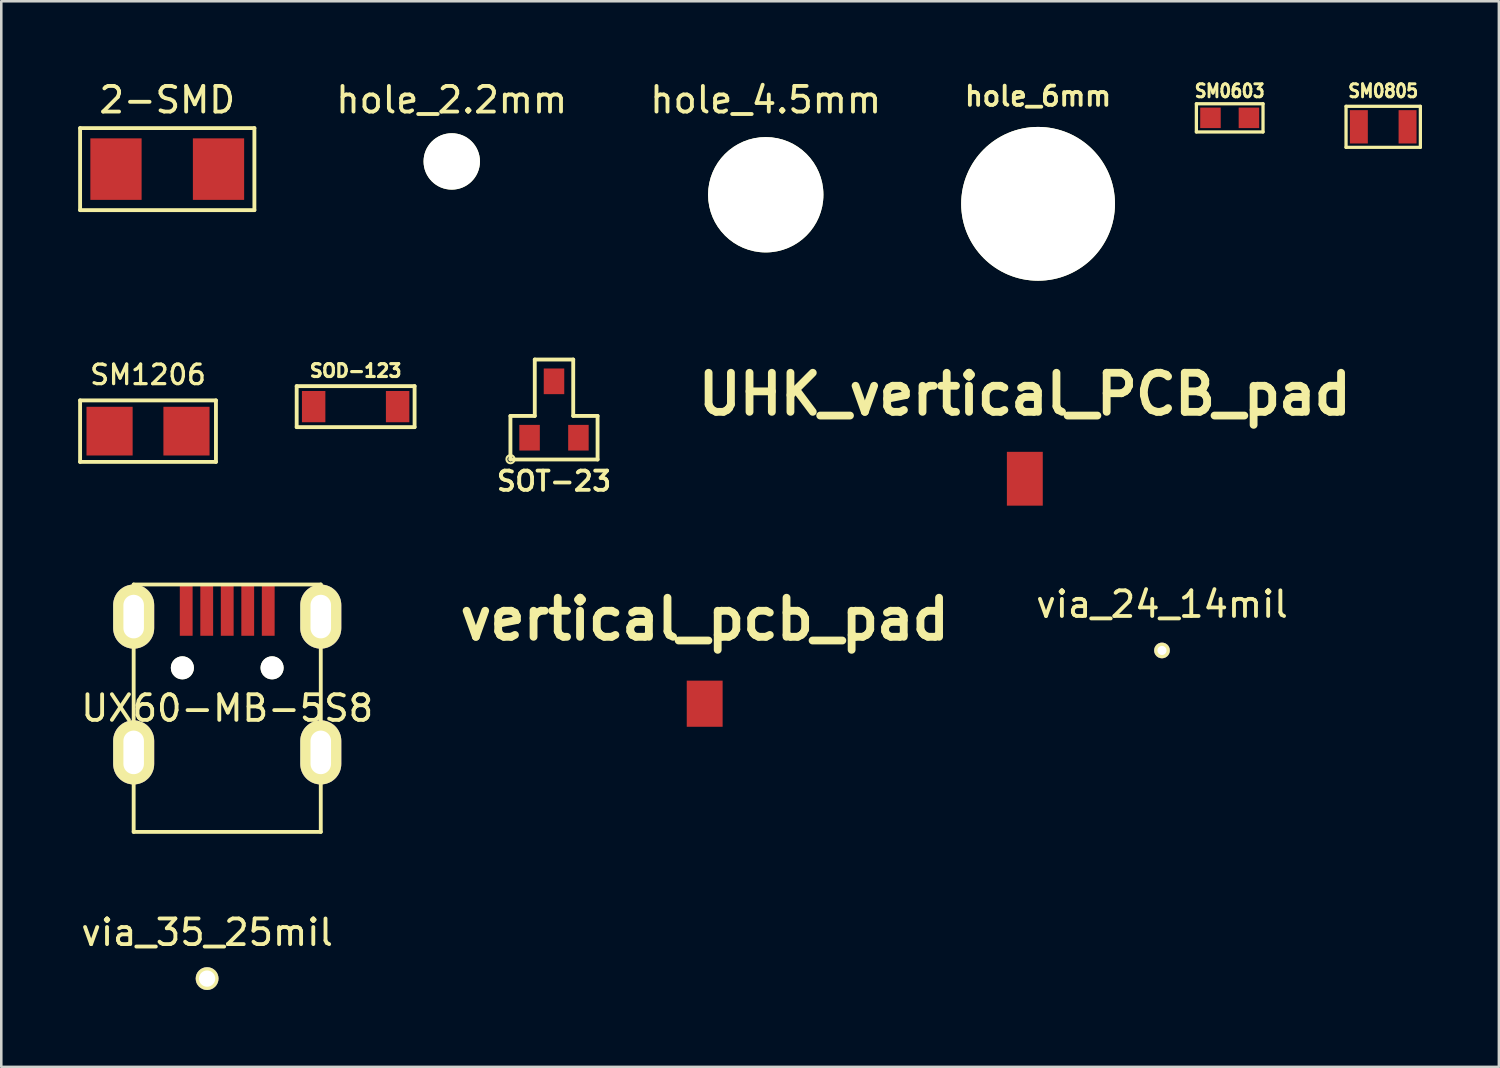
<source format=kicad_pcb>
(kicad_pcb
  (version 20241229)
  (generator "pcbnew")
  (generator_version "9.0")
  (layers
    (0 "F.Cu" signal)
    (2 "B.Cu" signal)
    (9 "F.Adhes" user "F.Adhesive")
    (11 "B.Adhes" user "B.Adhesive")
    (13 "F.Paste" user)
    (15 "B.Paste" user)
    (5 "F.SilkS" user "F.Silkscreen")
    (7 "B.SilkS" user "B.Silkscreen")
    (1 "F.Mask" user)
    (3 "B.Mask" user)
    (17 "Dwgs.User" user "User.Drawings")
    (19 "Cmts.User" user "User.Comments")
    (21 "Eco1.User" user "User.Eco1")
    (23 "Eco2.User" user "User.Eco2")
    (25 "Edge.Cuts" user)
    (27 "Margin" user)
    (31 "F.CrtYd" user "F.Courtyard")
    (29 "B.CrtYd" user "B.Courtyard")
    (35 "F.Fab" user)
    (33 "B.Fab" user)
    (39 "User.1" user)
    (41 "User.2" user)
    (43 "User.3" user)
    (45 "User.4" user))
  (footprint "2-SMD"
    (layer "F.Cu")
    (at 3.475 3.548)
    (property "Reference" "2-SMD" (at 0 -2.7 0) (layer "F.SilkS") (effects (font (size 1 1) (thickness 0.15))))
    (attr through_hole)
    (fp_line (start -3.4 -1.6) (end -3.4 1.6) (stroke (width 0.15) (type solid)) (layer "F.SilkS"))
    (fp_line (start -3.4 -1.6) (end 3.4 -1.6) (stroke (width 0.15) (type solid)) (layer "F.SilkS"))
    (fp_line (start -3.4 1.6) (end 3.4 1.6) (stroke (width 0.15) (type solid)) (layer "F.SilkS"))
    (fp_line (start 3.4 -1.6) (end 3.4 1.6) (stroke (width 0.15) (type solid)) (layer "F.SilkS"))
    (pad "1" smd rect (at -2 0) (size 2 2.4) (layers "F.Cu" "F.Mask" "F.Paste"))
    (pad "2" smd rect (at 2 0) (size 2 2.4) (layers "F.Cu" "F.Mask" "F.Paste")))
  (footprint "hole_6mm"
    (layer "F.Cu")
    (at 37.45 4.902)
    (property "Reference" "hole_6mm" (at 0 -4.2 0) (layer "F.SilkS") (effects (font (size 0.75 0.75) (thickness 0.15))))
    (attr through_hole)
    (pad "" np_thru_hole circle (at 0 0) (size 6 6) (drill 6) (layers "*.Cu" "*.Mask" "F.SilkS")))
  (footprint "hole_2.2mm"
    (layer "F.Cu")
    (at 14.575 3.248)
    (property "Reference" "hole_2.2mm" (at 0 -2.4 0) (layer "F.SilkS") (effects (font (size 1 1) (thickness 0.15))))
    (attr through_hole)
    (pad "" np_thru_hole circle (at 0 0) (size 2.2 2.2) (drill 2.2) (layers "*.Cu" "*.Mask" "F.SilkS")))
  (footprint "vertical_pcb_pad"
    (layer "F.Cu")
    (at 24.443 24.405)
    (property "Reference" "vertical_pcb_pad" (at 0 -3.3 0) (layer "F.SilkS") (effects (font (size 1.524 1.524) (thickness 0.305))))
    (attr through_hole)
    (pad "1" smd rect (at 0 0) (size 1.4 1.8) (layers "F.Cu" "F.Mask" "F.Paste")))
  (footprint "UHK_vertical_PCB_pad"
    (layer "F.Cu")
    (at 36.933 15.628)
    (property "Reference" "UHK_vertical_PCB_pad" (at 0 -3.3 0) (layer "F.SilkS") (effects (font (size 1.524 1.524) (thickness 0.305))))
    (attr through_hole)
    (pad "" smd rect (at 0 0) (size 1.4 2.1) (layers "F.Cu" "F.Mask" "F.Paste")))
  (footprint "via_35_25mil"
    (layer "F.Cu")
    (at 5.03 35.129)
    (property "Reference" "via_35_25mil" (at 0 -1.8 0) (layer "F.SilkS") (effects (font (size 1 1) (thickness 0.15))))
    (attr through_hole)
    (pad "1" thru_hole circle (at 0 0) (size 0.889 0.889) (drill 0.635) (layers "*.Cu" "*.Mask" "F.SilkS")))
  (footprint "hole_4.5mm"
    (layer "F.Cu")
    (at 26.825 4.548)
    (property "Reference" "hole_4.5mm" (at 0 -3.7 0) (layer "F.SilkS") (effects (font (size 1 1) (thickness 0.15))))
    (attr through_hole)
    (pad "" np_thru_hole circle (at 0 0) (size 4.5 4.5) (drill 4.5) (layers "*.Cu" "*.Mask" "F.SilkS")))
  (footprint "via_24_14mil"
    (layer "F.Cu")
    (at 42.284 22.327)
    (property "Reference" "via_24_14mil" (at 0 -1.8 0) (layer "F.SilkS") (effects (font (size 1 1) (thickness 0.15))))
    (attr through_hole)
    (pad "" thru_hole circle (at 0 0) (size 0.61 0.61) (drill 0.356) (layers "*.Cu" "*.Mask" "F.SilkS")))
  (footprint "SM1206"
    (layer "F.Cu")
    (at 2.725 13.771)
    (property "Reference" "SM1206" (at 0 -2.2 0) (layer "F.SilkS") (effects (font (size 0.762 0.762) (thickness 0.127))))
    (attr smd)
    (fp_line (start -2.65 -1.2) (end 2.65 -1.2) (stroke (width 0.15) (type solid)) (layer "F.SilkS"))
    (fp_line (start -2.65 1.2) (end -2.65 -1.2) (stroke (width 0.15) (type solid)) (layer "F.SilkS"))
    (fp_line (start 2.65 -1.2) (end 2.65 1.2) (stroke (width 0.15) (type solid)) (layer "F.SilkS"))
    (fp_line (start 2.65 1.2) (end -2.65 1.2) (stroke (width 0.15) (type solid)) (layer "F.SilkS"))
    (pad "1" smd rect (at -1.5 0) (size 1.8 1.9) (layers "F.Cu" "F.Mask"))
    (pad "2" smd rect (at 1.5 0) (size 1.8 1.9) (layers "F.Cu" "F.Mask")))
  (footprint "SOD-123"
    (layer "F.Cu")
    (at 10.825 12.814)
    (property "Reference" "SOD-123" (at 0 -1.4 0) (layer "F.SilkS") (effects (font (size 0.5 0.5) (thickness 0.125))))
    (attr through_hole)
    (fp_line (start -2.3 -0.8) (end -2.3 0.8) (stroke (width 0.15) (type solid)) (layer "F.SilkS"))
    (fp_line (start -2.3 -0.8) (end 2.3 -0.8) (stroke (width 0.15) (type solid)) (layer "F.SilkS"))
    (fp_line (start -2.3 0.8) (end 2.3 0.8) (stroke (width 0.15) (type solid)) (layer "F.SilkS"))
    (fp_line (start 2.3 -0.8) (end 2.3 0.8) (stroke (width 0.15) (type solid)) (layer "F.SilkS"))
    (pad "1" smd rect (at -1.638 0) (size 0.914 1.219) (layers "F.Cu" "F.Mask" "F.Paste"))
    (pad "2" smd rect (at 1.638 0) (size 0.914 1.219) (layers "F.Cu" "F.Mask" "F.Paste")))
  (footprint "SM0603"
    (layer "F.Cu")
    (at 44.926 1.548)
    (property "Reference" "SM0603" (at 0 -1.05 0) (layer "F.SilkS") (effects (font (size 0.508 0.457) (thickness 0.114))))
    (attr smd)
    (fp_line (start -1.3 -0.55) (end 1.3 -0.55) (stroke (width 0.127) (type solid)) (layer "F.SilkS"))
    (fp_line (start -1.3 0.55) (end -1.3 -0.55) (stroke (width 0.127) (type solid)) (layer "F.SilkS"))
    (fp_line (start 1.3 -0.55) (end 1.3 0.55) (stroke (width 0.127) (type solid)) (layer "F.SilkS"))
    (fp_line (start 1.3 0.55) (end -1.3 0.55) (stroke (width 0.127) (type solid)) (layer "F.SilkS"))
    (pad "1" smd rect (at -0.75 0) (size 0.8 0.8) (layers "F.Cu" "F.Mask" "F.Paste"))
    (pad "2" smd rect (at 0.75 0) (size 0.8 0.8) (layers "F.Cu" "F.Mask" "F.Paste")))
  (footprint "SOT-23"
    (layer "F.Cu")
    (at 18.564 12.927)
    (property "Reference" "SOT-23" (at 0 2.794 0) (layer "F.SilkS") (effects (font (size 0.75 0.75) (thickness 0.15))))
    (attr through_hole)
    (fp_line (start -1.7 0.25) (end -1.7 1.95) (stroke (width 0.15) (type solid)) (layer "F.SilkS"))
    (fp_line (start -0.75 -1.95) (end -0.75 0.25) (stroke (width 0.15) (type solid)) (layer "F.SilkS"))
    (fp_line (start -0.75 -1.95) (end 0.75 -1.95) (stroke (width 0.15) (type solid)) (layer "F.SilkS"))
    (fp_line (start -0.75 0.25) (end -1.7 0.25) (stroke (width 0.15) (type solid)) (layer "F.SilkS"))
    (fp_line (start 0.75 -1.95) (end 0.75 0.25) (stroke (width 0.15) (type solid)) (layer "F.SilkS"))
    (fp_line (start 0.75 0.25) (end 1.7 0.25) (stroke (width 0.15) (type solid)) (layer "F.SilkS"))
    (fp_line (start 1.7 0.25) (end 1.7 1.95) (stroke (width 0.15) (type solid)) (layer "F.SilkS"))
    (fp_line (start 1.7 1.95) (end -1.7 1.95) (stroke (width 0.15) (type solid)) (layer "F.SilkS"))
    (fp_circle (center -1.697 1.938) (end -1.821 2.037) (stroke (width 0.079) (type solid)) (fill no) (layer "F.SilkS"))
    (pad "1" smd rect (at -0.953 1.1) (size 0.8 1.001) (layers "F.Cu" "F.Mask"))
    (pad "2" smd rect (at 0.953 1.1) (size 0.8 1.001) (layers "F.Cu" "F.Mask"))
    (pad "3" smd rect (at 0 -1.1) (size 0.8 1.001) (layers "F.Cu" "F.Mask")))
  (footprint "UX60-MB-5S8"
    (layer "F.Cu")
    (at 5.815 23.005)
    (property "Reference" "UX60-MB-5S8" (at 0 1.575 0) (layer "F.SilkS") (effects (font (size 1 1) (thickness 0.15))))
    (attr through_hole)
    (fp_line (start -3.65 -3.251) (end -3.65 6.401) (stroke (width 0.15) (type solid)) (layer "F.SilkS"))
    (fp_line (start -3.65 6.401) (end 3.65 6.401) (stroke (width 0.15) (type solid)) (layer "F.SilkS"))
    (fp_line (start 3.65 -3.251) (end -3.65 -3.251) (stroke (width 0.15) (type solid)) (layer "F.SilkS"))
    (fp_line (start 3.65 6.401) (end 3.65 -3.251) (stroke (width 0.15) (type solid)) (layer "F.SilkS"))
    (pad "" np_thru_hole circle (at -1.75 0) (size 0.9 0.9) (drill 0.9) (layers "*.Cu" "*.Mask" "F.SilkS"))
    (pad "" smd rect (at 0.8 -2.25) (size 0.5 2) (layers "F.Cu" "F.Mask" "F.Paste"))
    (pad "" np_thru_hole circle (at 1.75 0) (size 0.9 0.9) (drill 0.9) (layers "*.Cu" "*.Mask" "F.SilkS"))
    (pad "1" smd rect (at -1.6 -2.25) (size 0.5 2) (layers "F.Cu" "F.Mask" "F.Paste"))
    (pad "2" smd rect (at -0.8 -2.25) (size 0.5 2) (layers "F.Cu" "F.Mask" "F.Paste"))
    (pad "3" smd rect (at 0 -2.25) (size 0.5 2) (layers "F.Cu" "F.Mask" "F.Paste"))
    (pad "4" smd rect (at 1.6 -2.25) (size 0.5 2) (layers "F.Cu" "F.Mask" "F.Paste"))
    (pad "5" thru_hole oval (at -3.65 -1.999) (size 1.6 2.5) (drill oval 0.8 1.7) (layers "*.Cu" "*.Mask" "F.SilkS"))
    (pad "5" thru_hole oval (at -3.65 3.299) (size 1.6 2.5) (drill oval 0.8 1.7) (layers "*.Cu" "*.Mask" "F.SilkS"))
    (pad "5" thru_hole oval (at 3.65 -1.999) (size 1.6 2.5) (drill oval 0.8 1.7) (layers "*.Cu" "*.Mask" "F.SilkS"))
    (pad "5" thru_hole oval (at 3.65 3.299) (size 1.6 2.5) (drill oval 0.8 1.7) (layers "*.Cu" "*.Mask" "F.SilkS")))
  (footprint "SM0805"
    (layer "F.Cu")
    (at 50.915 1.898)
    (property "Reference" "SM0805" (at 0 -1.4 0) (layer "F.SilkS") (effects (font (size 0.508 0.457) (thickness 0.114))))
    (attr smd)
    (fp_line (start -1.45 -0.8) (end 1.45 -0.8) (stroke (width 0.127) (type solid)) (layer "F.SilkS"))
    (fp_line (start -1.45 0.8) (end -1.45 -0.8) (stroke (width 0.127) (type solid)) (layer "F.SilkS"))
    (fp_line (start 1.45 -0.8) (end 1.45 0.8) (stroke (width 0.127) (type solid)) (layer "F.SilkS"))
    (fp_line (start 1.45 0.8) (end -1.45 0.8) (stroke (width 0.127) (type solid)) (layer "F.SilkS"))
    (pad "1" smd rect (at -0.95 0) (size 0.7 1.3) (layers "F.Cu" "F.Mask" "F.Paste"))
    (pad "2" smd rect (at 0.95 0) (size 0.7 1.3) (layers "F.Cu" "F.Mask" "F.Paste")))
  (gr_rect
    (start -3 -3)
    (end 55.428 38.573)
    (stroke (width 0.1) (type default))
    (fill no)
    (layer "Edge.Cuts")))
</source>
